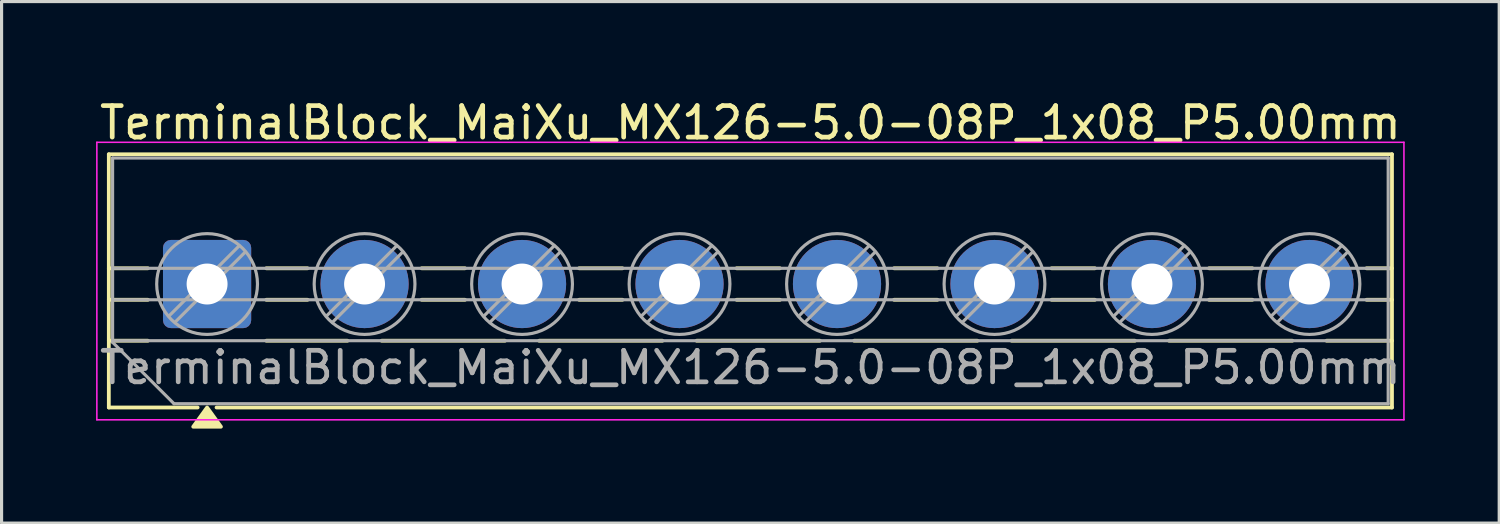
<source format=kicad_pcb>
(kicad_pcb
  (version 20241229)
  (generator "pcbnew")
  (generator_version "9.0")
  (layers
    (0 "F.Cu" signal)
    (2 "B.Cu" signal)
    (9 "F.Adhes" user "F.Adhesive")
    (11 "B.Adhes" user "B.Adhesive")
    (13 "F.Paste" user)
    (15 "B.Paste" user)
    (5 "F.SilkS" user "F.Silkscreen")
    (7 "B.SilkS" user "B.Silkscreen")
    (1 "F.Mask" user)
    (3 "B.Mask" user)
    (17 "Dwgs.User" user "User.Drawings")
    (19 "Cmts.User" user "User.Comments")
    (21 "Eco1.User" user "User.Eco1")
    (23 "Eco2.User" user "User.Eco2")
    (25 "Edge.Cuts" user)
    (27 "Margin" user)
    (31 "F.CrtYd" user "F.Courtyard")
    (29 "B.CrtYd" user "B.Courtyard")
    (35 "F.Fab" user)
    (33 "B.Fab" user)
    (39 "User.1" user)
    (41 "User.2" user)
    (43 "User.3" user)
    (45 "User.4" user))
  (footprint "TerminalBlock_MaiXu_MX126-5.0-08P_1x08_P5.00mm"
    (layer "F.Cu")
    (at 3.525 5.968)
    (property "Reference" "TerminalBlock_MaiXu_MX126-5.0-08P_1x08_P5.00mm" (at 17.25 -5.12 0) (layer "F.SilkS") (effects (font (size 1 1) (thickness 0.15))))
    (attr through_hole)
    (fp_line (start -3.12 -4.12) (end 37.62 -4.12) (stroke (width 0.12) (type solid)) (layer "F.SilkS"))
    (fp_line (start -3.12 -0.5) (end -1.88 -0.5) (stroke (width 0.12) (type solid)) (layer "F.SilkS"))
    (fp_line (start -3.12 0.5) (end -1.88 0.5) (stroke (width 0.12) (type solid)) (layer "F.SilkS"))
    (fp_line (start -3.12 1.8) (end -1.88 1.8) (stroke (width 0.12) (type solid)) (layer "F.SilkS"))
    (fp_line (start -3.12 3.92) (end -3.12 -4.12) (stroke (width 0.12) (type solid)) (layer "F.SilkS"))
    (fp_line (start -0.3 3.92) (end -3.12 3.92) (stroke (width 0.12) (type solid)) (layer "F.SilkS"))
    (fp_line (start 1.88 -0.5) (end 3.188 -0.5) (stroke (width 0.12) (type solid)) (layer "F.SilkS"))
    (fp_line (start 1.88 0.5) (end 3.188 0.5) (stroke (width 0.12) (type solid)) (layer "F.SilkS"))
    (fp_line (start 1.88 1.8) (end 4.457 1.8) (stroke (width 0.12) (type solid)) (layer "F.SilkS"))
    (fp_line (start 5.543 1.8) (end 9.457 1.8) (stroke (width 0.12) (type solid)) (layer "F.SilkS"))
    (fp_line (start 6.812 -0.5) (end 8.188 -0.5) (stroke (width 0.12) (type solid)) (layer "F.SilkS"))
    (fp_line (start 6.812 0.5) (end 8.188 0.5) (stroke (width 0.12) (type solid)) (layer "F.SilkS"))
    (fp_line (start 10.543 1.8) (end 14.457 1.8) (stroke (width 0.12) (type solid)) (layer "F.SilkS"))
    (fp_line (start 11.812 -0.5) (end 13.188 -0.5) (stroke (width 0.12) (type solid)) (layer "F.SilkS"))
    (fp_line (start 11.812 0.5) (end 13.188 0.5) (stroke (width 0.12) (type solid)) (layer "F.SilkS"))
    (fp_line (start 15.543 1.8) (end 19.457 1.8) (stroke (width 0.12) (type solid)) (layer "F.SilkS"))
    (fp_line (start 16.812 -0.5) (end 18.188 -0.5) (stroke (width 0.12) (type solid)) (layer "F.SilkS"))
    (fp_line (start 16.812 0.5) (end 18.188 0.5) (stroke (width 0.12) (type solid)) (layer "F.SilkS"))
    (fp_line (start 20.543 1.8) (end 24.457 1.8) (stroke (width 0.12) (type solid)) (layer "F.SilkS"))
    (fp_line (start 21.812 -0.5) (end 23.188 -0.5) (stroke (width 0.12) (type solid)) (layer "F.SilkS"))
    (fp_line (start 21.812 0.5) (end 23.188 0.5) (stroke (width 0.12) (type solid)) (layer "F.SilkS"))
    (fp_line (start 25.543 1.8) (end 29.457 1.8) (stroke (width 0.12) (type solid)) (layer "F.SilkS"))
    (fp_line (start 26.812 -0.5) (end 28.188 -0.5) (stroke (width 0.12) (type solid)) (layer "F.SilkS"))
    (fp_line (start 26.812 0.5) (end 28.188 0.5) (stroke (width 0.12) (type solid)) (layer "F.SilkS"))
    (fp_line (start 30.543 1.8) (end 34.457 1.8) (stroke (width 0.12) (type solid)) (layer "F.SilkS"))
    (fp_line (start 31.812 -0.5) (end 33.188 -0.5) (stroke (width 0.12) (type solid)) (layer "F.SilkS"))
    (fp_line (start 31.812 0.5) (end 33.188 0.5) (stroke (width 0.12) (type solid)) (layer "F.SilkS"))
    (fp_line (start 35.543 1.8) (end 37.62 1.8) (stroke (width 0.12) (type solid)) (layer "F.SilkS"))
    (fp_line (start 36.812 -0.5) (end 37.62 -0.5) (stroke (width 0.12) (type solid)) (layer "F.SilkS"))
    (fp_line (start 36.812 0.5) (end 37.62 0.5) (stroke (width 0.12) (type solid)) (layer "F.SilkS"))
    (fp_line (start 37.62 -4.12) (end 37.62 3.92) (stroke (width 0.12) (type solid)) (layer "F.SilkS"))
    (fp_line (start 37.62 3.92) (end 0.3 3.92) (stroke (width 0.12) (type solid)) (layer "F.SilkS"))
    (fp_poly (pts (xy 0 3.92) (xy 0.44 4.53) (xy -0.44 4.53)) (stroke (width 0.12) (type solid)) (fill yes) (layer "F.SilkS"))
    (fp_line (start -3.5 -4.5) (end -3.5 4.31) (stroke (width 0.05) (type solid)) (layer "F.CrtYd"))
    (fp_line (start -3.5 4.31) (end 38 4.31) (stroke (width 0.05) (type solid)) (layer "F.CrtYd"))
    (fp_line (start 38 -4.5) (end -3.5 -4.5) (stroke (width 0.05) (type solid)) (layer "F.CrtYd"))
    (fp_line (start 38 4.31) (end 38 -4.5) (stroke (width 0.05) (type solid)) (layer "F.CrtYd"))
    (fp_line (start -3 -4) (end 37.5 -4) (stroke (width 0.1) (type solid)) (layer "F.Fab"))
    (fp_line (start -3 -0.5) (end 37.5 -0.5) (stroke (width 0.1) (type solid)) (layer "F.Fab"))
    (fp_line (start -3 0.5) (end 37.5 0.5) (stroke (width 0.1) (type solid)) (layer "F.Fab"))
    (fp_line (start -3 1.8) (end 37.5 1.8) (stroke (width 0.1) (type solid)) (layer "F.Fab"))
    (fp_line (start -3 1.85) (end -3 -4) (stroke (width 0.1) (type solid)) (layer "F.Fab"))
    (fp_line (start -1.05 3.8) (end -3 1.85) (stroke (width 0.1) (type solid)) (layer "F.Fab"))
    (fp_line (start 1.018 -1.213) (end -1.213 1.018) (stroke (width 0.1) (type solid)) (layer "F.Fab"))
    (fp_line (start 1.213 -1.018) (end -1.018 1.213) (stroke (width 0.1) (type solid)) (layer "F.Fab"))
    (fp_line (start 6.018 -1.213) (end 3.787 1.018) (stroke (width 0.1) (type solid)) (layer "F.Fab"))
    (fp_line (start 6.213 -1.018) (end 3.982 1.213) (stroke (width 0.1) (type solid)) (layer "F.Fab"))
    (fp_line (start 11.018 -1.213) (end 8.787 1.018) (stroke (width 0.1) (type solid)) (layer "F.Fab"))
    (fp_line (start 11.213 -1.018) (end 8.982 1.213) (stroke (width 0.1) (type solid)) (layer "F.Fab"))
    (fp_line (start 16.018 -1.213) (end 13.787 1.018) (stroke (width 0.1) (type solid)) (layer "F.Fab"))
    (fp_line (start 16.213 -1.018) (end 13.982 1.213) (stroke (width 0.1) (type solid)) (layer "F.Fab"))
    (fp_line (start 21.018 -1.213) (end 18.787 1.018) (stroke (width 0.1) (type solid)) (layer "F.Fab"))
    (fp_line (start 21.213 -1.018) (end 18.982 1.213) (stroke (width 0.1) (type solid)) (layer "F.Fab"))
    (fp_line (start 26.018 -1.213) (end 23.787 1.018) (stroke (width 0.1) (type solid)) (layer "F.Fab"))
    (fp_line (start 26.213 -1.018) (end 23.982 1.213) (stroke (width 0.1) (type solid)) (layer "F.Fab"))
    (fp_line (start 31.018 -1.213) (end 28.787 1.018) (stroke (width 0.1) (type solid)) (layer "F.Fab"))
    (fp_line (start 31.213 -1.018) (end 28.982 1.213) (stroke (width 0.1) (type solid)) (layer "F.Fab"))
    (fp_line (start 36.018 -1.213) (end 33.787 1.018) (stroke (width 0.1) (type solid)) (layer "F.Fab"))
    (fp_line (start 36.213 -1.018) (end 33.982 1.213) (stroke (width 0.1) (type solid)) (layer "F.Fab"))
    (fp_line (start 37.5 -4) (end 37.5 3.8) (stroke (width 0.1) (type solid)) (layer "F.Fab"))
    (fp_line (start 37.5 3.8) (end -1.05 3.8) (stroke (width 0.1) (type solid)) (layer "F.Fab"))
    (fp_circle (center 0 0) (end 1.6 0) (stroke (width 0.1) (type solid)) (fill no) (layer "F.Fab"))
    (fp_circle (center 5 0) (end 6.6 0) (stroke (width 0.1) (type solid)) (fill no) (layer "F.Fab"))
    (fp_circle (center 10 0) (end 11.6 0) (stroke (width 0.1) (type solid)) (fill no) (layer "F.Fab"))
    (fp_circle (center 15 0) (end 16.6 0) (stroke (width 0.1) (type solid)) (fill no) (layer "F.Fab"))
    (fp_circle (center 20 0) (end 21.6 0) (stroke (width 0.1) (type solid)) (fill no) (layer "F.Fab"))
    (fp_circle (center 25 0) (end 26.6 0) (stroke (width 0.1) (type solid)) (fill no) (layer "F.Fab"))
    (fp_circle (center 30 0) (end 31.6 0) (stroke (width 0.1) (type solid)) (fill no) (layer "F.Fab"))
    (fp_circle (center 35 0) (end 36.6 0) (stroke (width 0.1) (type solid)) (fill no) (layer "F.Fab"))
    (fp_text user "${REFERENCE}" (at 17.25 2.65 0) (layer "F.Fab") (effects (font (size 1 1) (thickness 0.15))))
    (pad "1" thru_hole roundrect (at 0 0) (size 2.8 2.8) (drill 1.3) (layers "*.Cu" "*.Mask") (roundrect_rratio 0.089))
    (pad "2" thru_hole circle (at 5 0) (size 2.8 2.8) (drill 1.3) (layers "*.Cu" "*.Mask"))
    (pad "3" thru_hole circle (at 10 0) (size 2.8 2.8) (drill 1.3) (layers "*.Cu" "*.Mask"))
    (pad "4" thru_hole circle (at 15 0) (size 2.8 2.8) (drill 1.3) (layers "*.Cu" "*.Mask"))
    (pad "5" thru_hole circle (at 20 0) (size 2.8 2.8) (drill 1.3) (layers "*.Cu" "*.Mask"))
    (pad "6" thru_hole circle (at 25 0) (size 2.8 2.8) (drill 1.3) (layers "*.Cu" "*.Mask"))
    (pad "7" thru_hole circle (at 30 0) (size 2.8 2.8) (drill 1.3) (layers "*.Cu" "*.Mask"))
    (pad "8" thru_hole circle (at 35 0) (size 2.8 2.8) (drill 1.3) (layers "*.Cu" "*.Mask")))
  (gr_rect
    (start -3 -3)
    (end 44.55 13.558)
    (stroke (width 0.1) (type default))
    (fill no)
    (layer "Edge.Cuts")))
</source>
